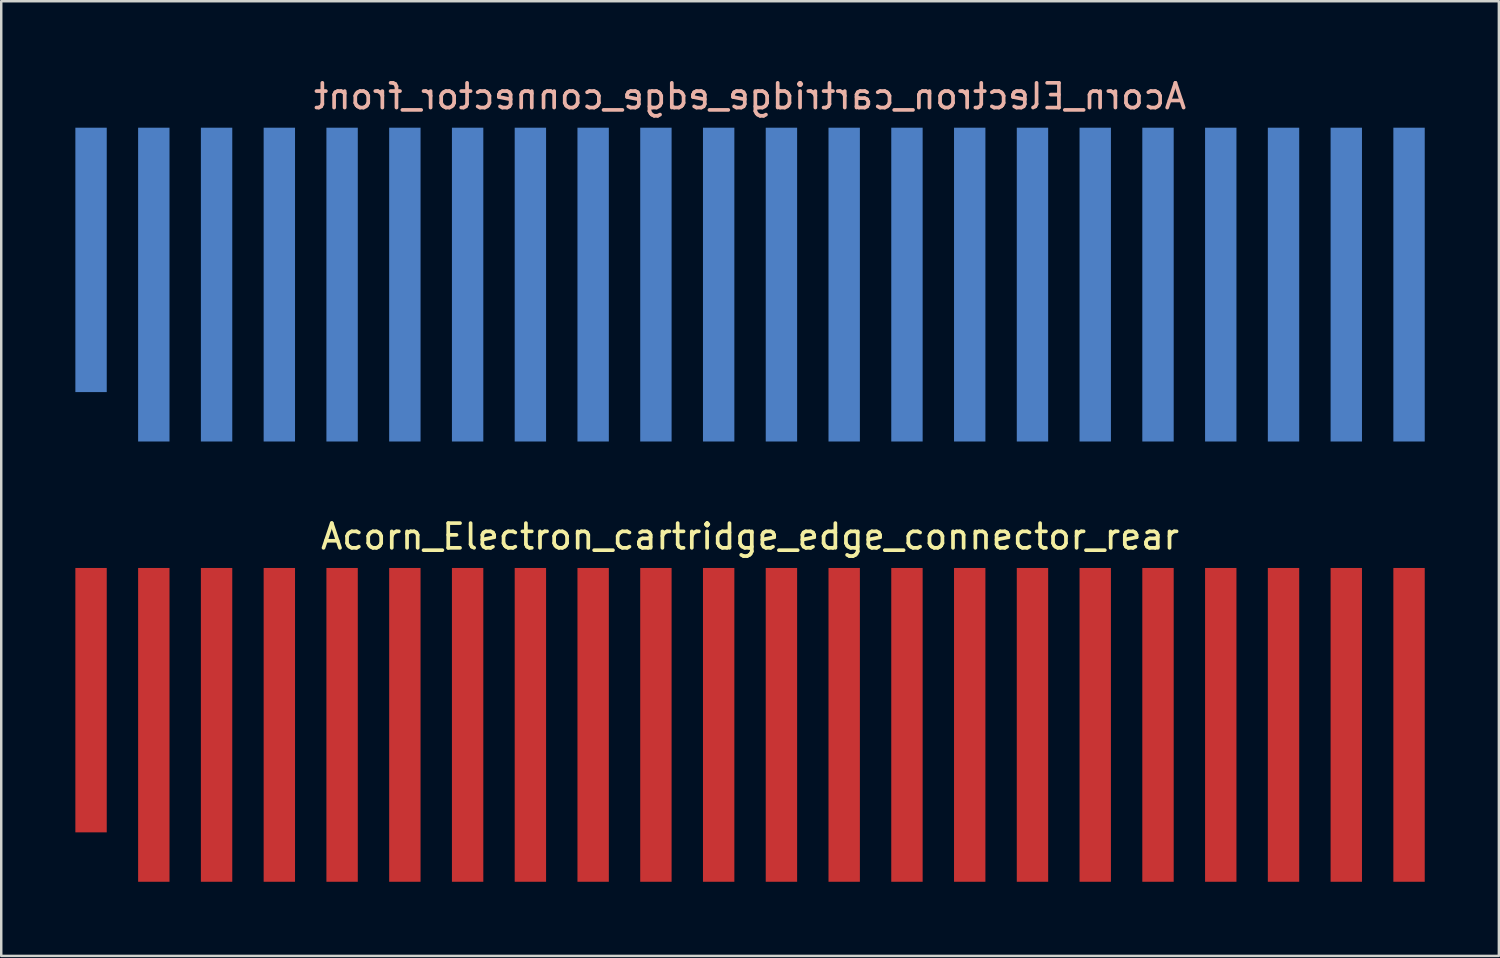
<source format=kicad_pcb>
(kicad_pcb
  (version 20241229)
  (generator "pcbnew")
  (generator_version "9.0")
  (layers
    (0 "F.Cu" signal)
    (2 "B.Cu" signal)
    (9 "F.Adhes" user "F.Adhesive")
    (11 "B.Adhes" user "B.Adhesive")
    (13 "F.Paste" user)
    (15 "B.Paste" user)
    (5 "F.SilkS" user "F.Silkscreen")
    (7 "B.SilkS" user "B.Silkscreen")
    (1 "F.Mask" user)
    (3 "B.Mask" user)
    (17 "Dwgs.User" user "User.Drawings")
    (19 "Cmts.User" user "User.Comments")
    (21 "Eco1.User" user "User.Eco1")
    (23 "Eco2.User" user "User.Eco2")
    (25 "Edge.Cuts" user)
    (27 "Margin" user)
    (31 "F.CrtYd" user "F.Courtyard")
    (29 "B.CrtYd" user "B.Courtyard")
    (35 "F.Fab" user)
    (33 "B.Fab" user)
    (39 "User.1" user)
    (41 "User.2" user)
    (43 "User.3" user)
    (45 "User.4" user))
  (footprint "Acorn_Electron_cartridge_edge_connector_rear"
    (layer "F.Cu")
    (at 27.305 18.666)
    (property "Reference" "Acorn_Electron_cartridge_edge_connector_rear" (at 0 0 0) (layer "F.SilkS") (effects (font (size 1 1) (thickness 0.15))))
    (attr through_hole)
    (pad "1" connect rect (at -26.67 6.62) (size 1.27 10.7) (layers "F.Cu" "F.Mask"))
    (pad "2" connect rect (at -24.13 7.62) (size 1.27 12.7) (layers "F.Cu" "F.Mask"))
    (pad "3" connect rect (at -21.59 7.62) (size 1.27 12.7) (layers "F.Cu" "F.Mask"))
    (pad "4" connect rect (at -19.05 7.62) (size 1.27 12.7) (layers "F.Cu" "F.Mask"))
    (pad "5" connect rect (at -16.51 7.62) (size 1.27 12.7) (layers "F.Cu" "F.Mask"))
    (pad "6" connect rect (at -13.97 7.62) (size 1.27 12.7) (layers "F.Cu" "F.Mask"))
    (pad "7" connect rect (at -11.43 7.62) (size 1.27 12.7) (layers "F.Cu" "F.Mask"))
    (pad "8" connect rect (at -8.89 7.62) (size 1.27 12.7) (layers "F.Cu" "F.Mask"))
    (pad "9" connect rect (at -6.35 7.62) (size 1.27 12.7) (layers "F.Cu" "F.Mask"))
    (pad "10" connect rect (at -3.81 7.62) (size 1.27 12.7) (layers "F.Cu" "F.Mask"))
    (pad "11" connect rect (at -1.27 7.62) (size 1.27 12.7) (layers "F.Cu" "F.Mask"))
    (pad "12" connect rect (at 1.27 7.62) (size 1.27 12.7) (layers "F.Cu" "F.Mask"))
    (pad "13" connect rect (at 3.81 7.62) (size 1.27 12.7) (layers "F.Cu" "F.Mask"))
    (pad "14" connect rect (at 6.35 7.62) (size 1.27 12.7) (layers "F.Cu" "F.Mask"))
    (pad "15" connect rect (at 8.89 7.62) (size 1.27 12.7) (layers "F.Cu" "F.Mask"))
    (pad "16" connect rect (at 11.43 7.62) (size 1.27 12.7) (layers "F.Cu" "F.Mask"))
    (pad "17" connect rect (at 13.97 7.62) (size 1.27 12.7) (layers "F.Cu" "F.Mask"))
    (pad "18" connect rect (at 16.51 7.62) (size 1.27 12.7) (layers "F.Cu" "F.Mask"))
    (pad "19" connect rect (at 19.05 7.62) (size 1.27 12.7) (layers "F.Cu" "F.Mask"))
    (pad "20" connect rect (at 21.59 7.62) (size 1.27 12.7) (layers "F.Cu" "F.Mask"))
    (pad "21" connect rect (at 24.13 7.62) (size 1.27 12.7) (layers "F.Cu" "F.Mask"))
    (pad "22" connect rect (at 26.67 7.62) (size 1.27 12.7) (layers "F.Cu" "F.Mask")))
  (footprint "Acorn_Electron_cartridge_edge_connector_front"
    (layer "B.Cu")
    (at 27.305 0.848)
    (property "Reference" "Acorn_Electron_cartridge_edge_connector_front" (at 0 0 0) (layer "B.SilkS") (effects (font (size 1 1) (thickness 0.15)) (justify mirror)))
    (attr through_hole)
    (pad "1" connect rect (at -26.67 6.62) (size 1.27 10.7) (layers "B.Cu" "B.Mask"))
    (pad "2" connect rect (at -24.13 7.62) (size 1.27 12.7) (layers "B.Cu" "B.Mask"))
    (pad "3" connect rect (at -21.59 7.62) (size 1.27 12.7) (layers "B.Cu" "B.Mask"))
    (pad "4" connect rect (at -19.05 7.62) (size 1.27 12.7) (layers "B.Cu" "B.Mask"))
    (pad "5" connect rect (at -16.51 7.62) (size 1.27 12.7) (layers "B.Cu" "B.Mask"))
    (pad "6" connect rect (at -13.97 7.62) (size 1.27 12.7) (layers "B.Cu" "B.Mask"))
    (pad "7" connect rect (at -11.43 7.62) (size 1.27 12.7) (layers "B.Cu" "B.Mask"))
    (pad "8" connect rect (at -8.89 7.62) (size 1.27 12.7) (layers "B.Cu" "B.Mask"))
    (pad "9" connect rect (at -6.35 7.62) (size 1.27 12.7) (layers "B.Cu" "B.Mask"))
    (pad "10" connect rect (at -3.81 7.62) (size 1.27 12.7) (layers "B.Cu" "B.Mask"))
    (pad "11" connect rect (at -1.27 7.62) (size 1.27 12.7) (layers "B.Cu" "B.Mask"))
    (pad "12" connect rect (at 1.27 7.62) (size 1.27 12.7) (layers "B.Cu" "B.Mask"))
    (pad "13" connect rect (at 3.81 7.62) (size 1.27 12.7) (layers "B.Cu" "B.Mask"))
    (pad "14" connect rect (at 6.35 7.62) (size 1.27 12.7) (layers "B.Cu" "B.Mask"))
    (pad "15" connect rect (at 8.89 7.62) (size 1.27 12.7) (layers "B.Cu" "B.Mask"))
    (pad "16" connect rect (at 11.43 7.62) (size 1.27 12.7) (layers "B.Cu" "B.Mask"))
    (pad "17" connect rect (at 13.97 7.62) (size 1.27 12.7) (layers "B.Cu" "B.Mask"))
    (pad "18" connect rect (at 16.51 7.62) (size 1.27 12.7) (layers "B.Cu" "B.Mask"))
    (pad "19" connect rect (at 19.05 7.62) (size 1.27 12.7) (layers "B.Cu" "B.Mask"))
    (pad "20" connect rect (at 21.59 7.62) (size 1.27 12.7) (layers "B.Cu" "B.Mask"))
    (pad "21" connect rect (at 24.13 7.62) (size 1.27 12.7) (layers "B.Cu" "B.Mask"))
    (pad "22" connect rect (at 26.67 7.62) (size 1.27 12.7) (layers "B.Cu" "B.Mask")))
  (gr_rect
    (start -3 -3)
    (end 57.61 35.636)
    (stroke (width 0.1) (type default))
    (fill no)
    (layer "Edge.Cuts")))
</source>
